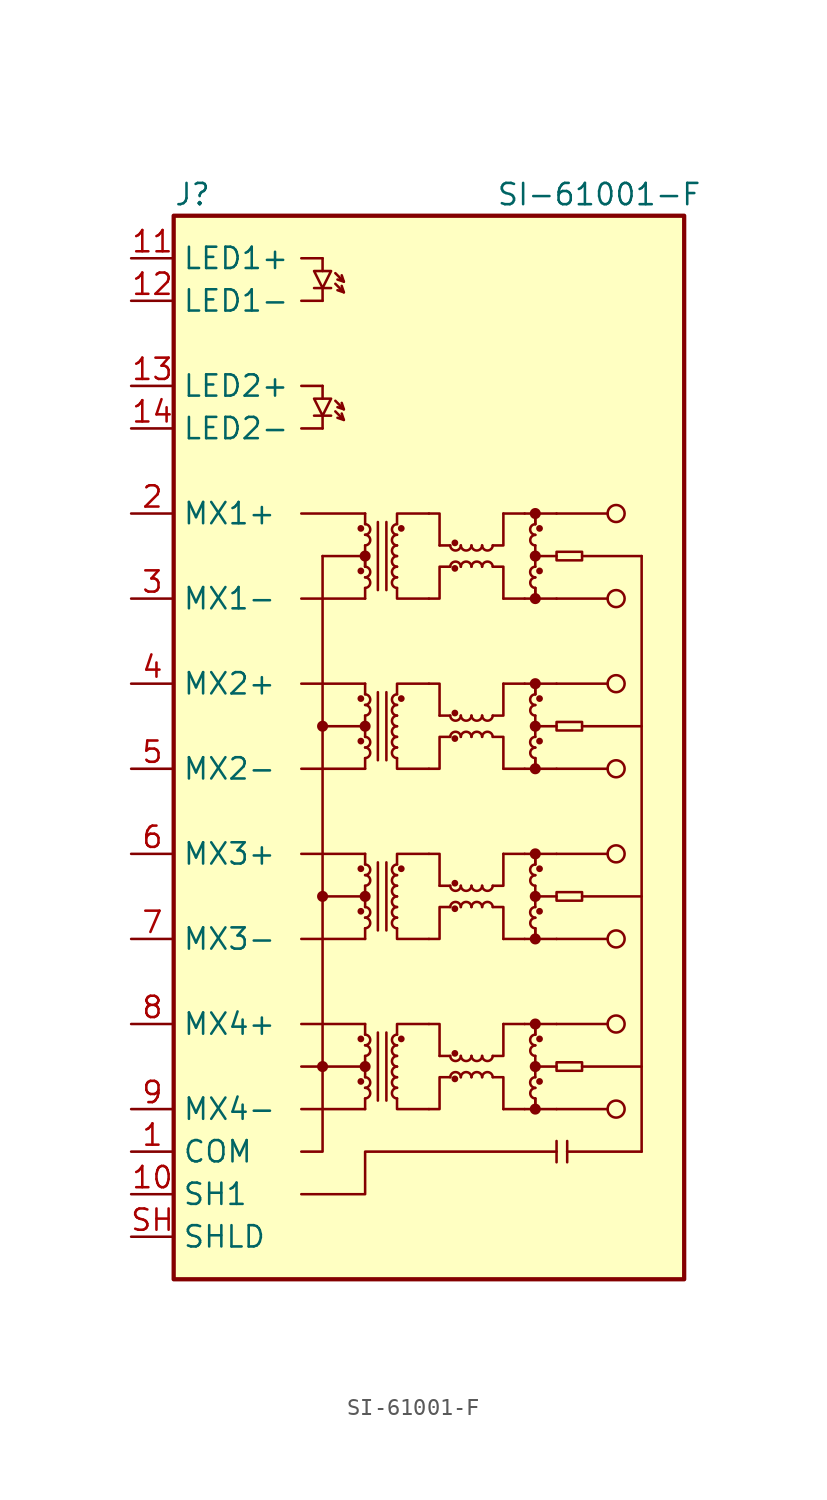
<source format=kicad_sym>
(kicad_symbol_lib
  (version 20211014)
  (generator kicad_symbol_editor)
  (symbol "SI-61001-F"
    (property "Reference" "J"
      (at -15.24 29.21 0)
      (effects (font (size 1.27 1.27)) (justify left)))
    (property "Value" "SI-61001-F"
      (at 10.16 29.21 0)
      (effects (font (size 1.27 1.27))))
    (symbol "SI-61001-F_0_1"
      (rectangle (start -15.24 27.94) (end 15.24 -35.56) (stroke (width 0.254) (type default) (color 0 0 0 0)) (fill (type background)))
      (circle (center -6.35 -22.86) (radius 0.254) (stroke (width 0) (type default) (color 0 0 0 0)) (fill (type outline)))
      (circle (center -6.35 -12.7) (radius 0.254) (stroke (width 0) (type default) (color 0 0 0 0)) (fill (type outline)))
      (circle (center -6.35 -2.54) (radius 0.254) (stroke (width 0) (type default) (color 0 0 0 0)) (fill (type outline)))
      (circle (center -4.064 -23.749) (radius 0.127) (stroke (width 0) (type default) (color 0 0 0 0)) (fill (type outline)))
      (circle (center -4.064 -21.209) (radius 0.127) (stroke (width 0) (type default) (color 0 0 0 0)) (fill (type outline)))
      (circle (center -4.064 -13.589) (radius 0.127) (stroke (width 0) (type default) (color 0 0 0 0)) (fill (type outline)))
      (circle (center -4.064 -11.049) (radius 0.127) (stroke (width 0) (type default) (color 0 0 0 0)) (fill (type outline)))
      (circle (center -4.064 -3.429) (radius 0.127) (stroke (width 0) (type default) (color 0 0 0 0)) (fill (type outline)))
      (circle (center -4.064 -0.889) (radius 0.127) (stroke (width 0) (type default) (color 0 0 0 0)) (fill (type outline)))
      (circle (center -4.064 6.731) (radius 0.127) (stroke (width 0) (type default) (color 0 0 0 0)) (fill (type outline)))
      (circle (center -4.064 9.271) (radius 0.127) (stroke (width 0) (type default) (color 0 0 0 0)) (fill (type outline)))
      (arc (start -3.81 -24.765) (mid -3.5049 -24.4475) (end -3.81 -24.13) (stroke (width 0) (type default) (color 0 0 0 0)) (fill (type none)))
      (arc (start -3.81 -24.13) (mid -3.5049 -23.8125) (end -3.81 -23.495) (stroke (width 0) (type default) (color 0 0 0 0)) (fill (type none)))
      (circle (center -3.81 -22.86) (radius 0.254) (stroke (width 0) (type default) (color 0 0 0 0)) (fill (type outline)))
      (arc (start -3.81 -22.225) (mid -3.5049 -21.9075) (end -3.81 -21.59) (stroke (width 0) (type default) (color 0 0 0 0)) (fill (type none)))
      (arc (start -3.81 -21.59) (mid -3.5049 -21.2725) (end -3.81 -20.955) (stroke (width 0) (type default) (color 0 0 0 0)) (fill (type none)))
      (arc (start -3.81 -14.605) (mid -3.5049 -14.2875) (end -3.81 -13.97) (stroke (width 0) (type default) (color 0 0 0 0)) (fill (type none)))
      (arc (start -3.81 -13.97) (mid -3.5049 -13.6525) (end -3.81 -13.335) (stroke (width 0) (type default) (color 0 0 0 0)) (fill (type none)))
      (circle (center -3.81 -12.7) (radius 0.254) (stroke (width 0) (type default) (color 0 0 0 0)) (fill (type outline)))
      (arc (start -3.81 -12.065) (mid -3.5049 -11.7475) (end -3.81 -11.43) (stroke (width 0) (type default) (color 0 0 0 0)) (fill (type none)))
      (arc (start -3.81 -11.43) (mid -3.5049 -11.1125) (end -3.81 -10.795) (stroke (width 0) (type default) (color 0 0 0 0)) (fill (type none)))
      (arc (start -3.81 -4.445) (mid -3.5049 -4.1275) (end -3.81 -3.81) (stroke (width 0) (type default) (color 0 0 0 0)) (fill (type none)))
      (arc (start -3.81 -3.81) (mid -3.5049 -3.4925) (end -3.81 -3.175) (stroke (width 0) (type default) (color 0 0 0 0)) (fill (type none)))
      (circle (center -3.81 -2.54) (radius 0.254) (stroke (width 0) (type default) (color 0 0 0 0)) (fill (type outline)))
      (arc (start -3.81 -1.905) (mid -3.5049 -1.5875) (end -3.81 -1.27) (stroke (width 0) (type default) (color 0 0 0 0)) (fill (type none)))
      (arc (start -3.81 -1.27) (mid -3.5049 -0.9525) (end -3.81 -0.635) (stroke (width 0) (type default) (color 0 0 0 0)) (fill (type none)))
      (arc (start -3.81 5.715) (mid -3.5049 6.0325) (end -3.81 6.35) (stroke (width 0) (type default) (color 0 0 0 0)) (fill (type none)))
      (arc (start -3.81 6.35) (mid -3.5049 6.6675) (end -3.81 6.985) (stroke (width 0) (type default) (color 0 0 0 0)) (fill (type none)))
      (circle (center -3.81 7.62) (radius 0.254) (stroke (width 0) (type default) (color 0 0 0 0)) (fill (type outline)))
      (arc (start -3.81 8.255) (mid -3.5049 8.5725) (end -3.81 8.89) (stroke (width 0) (type default) (color 0 0 0 0)) (fill (type none)))
      (arc (start -3.81 8.89) (mid -3.5049 9.2075) (end -3.81 9.525) (stroke (width 0) (type default) (color 0 0 0 0)) (fill (type none)))
      (arc (start -1.905 -24.13) (mid -2.2101 -24.4475) (end -1.905 -24.765) (stroke (width 0) (type default) (color 0 0 0 0)) (fill (type none)))
      (arc (start -1.905 -23.495) (mid -2.2101 -23.8125) (end -1.905 -24.13) (stroke (width 0) (type default) (color 0 0 0 0)) (fill (type none)))
      (arc (start -1.905 -22.86) (mid -2.2101 -23.1775) (end -1.905 -23.495) (stroke (width 0) (type default) (color 0 0 0 0)) (fill (type none)))
      (arc (start -1.905 -22.225) (mid -2.2101 -22.5425) (end -1.905 -22.86) (stroke (width 0) (type default) (color 0 0 0 0)) (fill (type none)))
      (arc (start -1.905 -21.59) (mid -2.2101 -21.9075) (end -1.905 -22.225) (stroke (width 0) (type default) (color 0 0 0 0)) (fill (type none)))
      (arc (start -1.905 -20.955) (mid -2.2101 -21.2725) (end -1.905 -21.59) (stroke (width 0) (type default) (color 0 0 0 0)) (fill (type none)))
      (arc (start -1.905 -13.97) (mid -2.2101 -14.2875) (end -1.905 -14.605) (stroke (width 0) (type default) (color 0 0 0 0)) (fill (type none)))
      (arc (start -1.905 -13.335) (mid -2.2101 -13.6525) (end -1.905 -13.97) (stroke (width 0) (type default) (color 0 0 0 0)) (fill (type none)))
      (arc (start -1.905 -12.7) (mid -2.2101 -13.0175) (end -1.905 -13.335) (stroke (width 0) (type default) (color 0 0 0 0)) (fill (type none)))
      (arc (start -1.905 -12.065) (mid -2.2101 -12.3825) (end -1.905 -12.7) (stroke (width 0) (type default) (color 0 0 0 0)) (fill (type none)))
      (arc (start -1.905 -11.43) (mid -2.2101 -11.7475) (end -1.905 -12.065) (stroke (width 0) (type default) (color 0 0 0 0)) (fill (type none)))
      (arc (start -1.905 -10.795) (mid -2.2101 -11.1125) (end -1.905 -11.43) (stroke (width 0) (type default) (color 0 0 0 0)) (fill (type none)))
      (arc (start -1.905 -3.81) (mid -2.2101 -4.1275) (end -1.905 -4.445) (stroke (width 0) (type default) (color 0 0 0 0)) (fill (type none)))
      (arc (start -1.905 -3.175) (mid -2.2101 -3.4925) (end -1.905 -3.81) (stroke (width 0) (type default) (color 0 0 0 0)) (fill (type none)))
      (arc (start -1.905 -2.54) (mid -2.2101 -2.8575) (end -1.905 -3.175) (stroke (width 0) (type default) (color 0 0 0 0)) (fill (type none)))
      (arc (start -1.905 -1.905) (mid -2.2101 -2.2225) (end -1.905 -2.54) (stroke (width 0) (type default) (color 0 0 0 0)) (fill (type none)))
      (arc (start -1.905 -1.27) (mid -2.2101 -1.5875) (end -1.905 -1.905) (stroke (width 0) (type default) (color 0 0 0 0)) (fill (type none)))
      (arc (start -1.905 -0.635) (mid -2.2101 -0.9525) (end -1.905 -1.27) (stroke (width 0) (type default) (color 0 0 0 0)) (fill (type none)))
      (arc (start -1.905 6.35) (mid -2.2101 6.0325) (end -1.905 5.715) (stroke (width 0) (type default) (color 0 0 0 0)) (fill (type none)))
      (arc (start -1.905 6.985) (mid -2.2101 6.6675) (end -1.905 6.35) (stroke (width 0) (type default) (color 0 0 0 0)) (fill (type none)))
      (arc (start -1.905 7.62) (mid -2.2101 7.3025) (end -1.905 6.985) (stroke (width 0) (type default) (color 0 0 0 0)) (fill (type none)))
      (arc (start -1.905 8.255) (mid -2.2101 7.9375) (end -1.905 7.62) (stroke (width 0) (type default) (color 0 0 0 0)) (fill (type none)))
      (arc (start -1.905 8.89) (mid -2.2101 8.5725) (end -1.905 8.255) (stroke (width 0) (type default) (color 0 0 0 0)) (fill (type none)))
      (arc (start -1.905 9.525) (mid -2.2101 9.2075) (end -1.905 8.89) (stroke (width 0) (type default) (color 0 0 0 0)) (fill (type none)))
      (circle (center -1.651 -21.209) (radius 0.127) (stroke (width 0) (type default) (color 0 0 0 0)) (fill (type outline)))
      (circle (center -1.651 -11.049) (radius 0.127) (stroke (width 0) (type default) (color 0 0 0 0)) (fill (type outline)))
      (circle (center -1.651 -0.889) (radius 0.127) (stroke (width 0) (type default) (color 0 0 0 0)) (fill (type outline)))
      (circle (center -1.651 9.271) (radius 0.127) (stroke (width 0) (type default) (color 0 0 0 0)) (fill (type outline)))
      (polyline (pts (xy -7.62 -25.4) (xy -3.81 -25.4)) (stroke (width 0) (type default) (color 0 0 0 0)) (fill (type none)))
      (polyline (pts (xy -7.62 -22.86) (xy -6.35 -22.86)) (stroke (width 0) (type default) (color 0 0 0 0)) (fill (type none)))
      (polyline (pts (xy -7.62 -20.32) (xy -3.81 -20.32)) (stroke (width 0) (type default) (color 0 0 0 0)) (fill (type none)))
      (polyline (pts (xy -7.62 -15.24) (xy -3.81 -15.24)) (stroke (width 0) (type default) (color 0 0 0 0)) (fill (type none)))
      (polyline (pts (xy -7.62 -10.16) (xy -3.81 -10.16)) (stroke (width 0) (type default) (color 0 0 0 0)) (fill (type none)))
      (polyline (pts (xy -7.62 -5.08) (xy -3.81 -5.08)) (stroke (width 0) (type default) (color 0 0 0 0)) (fill (type none)))
      (polyline (pts (xy -7.62 0) (xy -3.81 0)) (stroke (width 0) (type default) (color 0 0 0 0)) (fill (type none)))
      (polyline (pts (xy -7.62 5.08) (xy -3.81 5.08)) (stroke (width 0) (type default) (color 0 0 0 0)) (fill (type none)))
      (polyline (pts (xy -7.62 10.16) (xy -3.81 10.16)) (stroke (width 0) (type default) (color 0 0 0 0)) (fill (type none)))
      (polyline (pts (xy -6.35 -22.86) (xy -3.81 -22.86)) (stroke (width 0) (type default) (color 0 0 0 0)) (fill (type none)))
      (polyline (pts (xy -6.35 -12.7) (xy -3.81 -12.7)) (stroke (width 0) (type default) (color 0 0 0 0)) (fill (type none)))
      (polyline (pts (xy -6.35 -2.54) (xy -3.81 -2.54)) (stroke (width 0) (type default) (color 0 0 0 0)) (fill (type none)))
      (polyline (pts (xy -6.35 7.62) (xy -6.35 -22.86)) (stroke (width 0) (type default) (color 0 0 0 0)) (fill (type none)))
      (polyline (pts (xy -6.35 7.62) (xy -3.81 7.62)) (stroke (width 0) (type default) (color 0 0 0 0)) (fill (type none)))
      (polyline (pts (xy -3.81 -25.4) (xy -3.81 -24.765)) (stroke (width 0) (type default) (color 0 0 0 0)) (fill (type none)))
      (polyline (pts (xy -3.81 -22.86) (xy -3.81 -23.495)) (stroke (width 0) (type default) (color 0 0 0 0)) (fill (type none)))
      (polyline (pts (xy -3.81 -22.86) (xy -3.81 -22.225)) (stroke (width 0) (type default) (color 0 0 0 0)) (fill (type none)))
      (polyline (pts (xy -3.81 -20.32) (xy -3.81 -20.955)) (stroke (width 0) (type default) (color 0 0 0 0)) (fill (type none)))
      (polyline (pts (xy -3.81 -15.24) (xy -3.81 -14.605)) (stroke (width 0) (type default) (color 0 0 0 0)) (fill (type none)))
      (polyline (pts (xy -3.81 -12.7) (xy -3.81 -13.335)) (stroke (width 0) (type default) (color 0 0 0 0)) (fill (type none)))
      (polyline (pts (xy -3.81 -12.7) (xy -3.81 -12.065)) (stroke (width 0) (type default) (color 0 0 0 0)) (fill (type none)))
      (polyline (pts (xy -3.81 -10.16) (xy -3.81 -10.795)) (stroke (width 0) (type default) (color 0 0 0 0)) (fill (type none)))
      (polyline (pts (xy -3.81 -5.08) (xy -3.81 -4.445)) (stroke (width 0) (type default) (color 0 0 0 0)) (fill (type none)))
      (polyline (pts (xy -3.81 -2.54) (xy -3.81 -3.175)) (stroke (width 0) (type default) (color 0 0 0 0)) (fill (type none)))
      (polyline (pts (xy -3.81 -2.54) (xy -3.81 -1.905)) (stroke (width 0) (type default) (color 0 0 0 0)) (fill (type none)))
      (polyline (pts (xy -3.81 0) (xy -3.81 -0.635)) (stroke (width 0) (type default) (color 0 0 0 0)) (fill (type none)))
      (polyline (pts (xy -3.81 5.08) (xy -3.81 5.715)) (stroke (width 0) (type default) (color 0 0 0 0)) (fill (type none)))
      (polyline (pts (xy -3.81 7.62) (xy -3.81 6.985)) (stroke (width 0) (type default) (color 0 0 0 0)) (fill (type none)))
      (polyline (pts (xy -3.81 7.62) (xy -3.81 6.985)) (stroke (width 0) (type default) (color 0 0 0 0)) (fill (type none)))
      (polyline (pts (xy -3.81 7.62) (xy -3.81 8.255)) (stroke (width 0) (type default) (color 0 0 0 0)) (fill (type none)))
      (polyline (pts (xy -3.81 10.16) (xy -3.81 9.525)) (stroke (width 0) (type default) (color 0 0 0 0)) (fill (type none)))
      (polyline (pts (xy -3.048 -24.892) (xy -3.048 -20.828)) (stroke (width 0) (type default) (color 0 0 0 0)) (fill (type none)))
      (polyline (pts (xy -3.048 -14.732) (xy -3.048 -10.668)) (stroke (width 0) (type default) (color 0 0 0 0)) (fill (type none)))
      (polyline (pts (xy -3.048 -4.572) (xy -3.048 -0.508)) (stroke (width 0) (type default) (color 0 0 0 0)) (fill (type none)))
      (polyline (pts (xy -3.048 5.588) (xy -3.048 9.652)) (stroke (width 0) (type default) (color 0 0 0 0)) (fill (type none)))
      (polyline (pts (xy -2.54 -24.892) (xy -2.54 -20.828)) (stroke (width 0) (type default) (color 0 0 0 0)) (fill (type none)))
      (polyline (pts (xy -2.54 -14.732) (xy -2.54 -10.668)) (stroke (width 0) (type default) (color 0 0 0 0)) (fill (type none)))
      (polyline (pts (xy -2.54 -4.572) (xy -2.54 -0.508)) (stroke (width 0) (type default) (color 0 0 0 0)) (fill (type none)))
      (polyline (pts (xy -2.54 5.588) (xy -2.54 9.652)) (stroke (width 0) (type default) (color 0 0 0 0)) (fill (type none)))
      (polyline (pts (xy 0.635 -22.225) (xy 1.27 -22.225)) (stroke (width 0) (type default) (color 0 0 0 0)) (fill (type none)))
      (polyline (pts (xy 0.635 -12.065) (xy 1.27 -12.065)) (stroke (width 0) (type default) (color 0 0 0 0)) (fill (type none)))
      (polyline (pts (xy 0.635 -1.905) (xy 1.27 -1.905)) (stroke (width 0) (type default) (color 0 0 0 0)) (fill (type none)))
      (polyline (pts (xy 0.635 8.255) (xy 1.27 8.255)) (stroke (width 0) (type default) (color 0 0 0 0)) (fill (type none)))
      (polyline (pts (xy 4.445 -25.4) (xy 5.715 -25.4)) (stroke (width 0) (type default) (color 0 0 0 0)) (fill (type none)))
      (polyline (pts (xy 4.445 -20.32) (xy 5.715 -20.32)) (stroke (width 0) (type default) (color 0 0 0 0)) (fill (type none)))
      (polyline (pts (xy 4.445 -15.24) (xy 5.715 -15.24)) (stroke (width 0) (type default) (color 0 0 0 0)) (fill (type none)))
      (polyline (pts (xy 4.445 -10.16) (xy 5.715 -10.16)) (stroke (width 0) (type default) (color 0 0 0 0)) (fill (type none)))
      (polyline (pts (xy 4.445 -5.08) (xy 5.715 -5.08)) (stroke (width 0) (type default) (color 0 0 0 0)) (fill (type none)))
      (polyline (pts (xy 4.445 0) (xy 5.715 0)) (stroke (width 0) (type default) (color 0 0 0 0)) (fill (type none)))
      (polyline (pts (xy 4.445 5.08) (xy 5.715 5.08)) (stroke (width 0) (type default) (color 0 0 0 0)) (fill (type none)))
      (polyline (pts (xy 4.445 10.16) (xy 5.715 10.16)) (stroke (width 0) (type default) (color 0 0 0 0)) (fill (type none)))
      (polyline (pts (xy 6.35 -25.4) (xy 6.35 -24.765)) (stroke (width 0) (type default) (color 0 0 0 0)) (fill (type none)))
      (polyline (pts (xy 6.35 -22.86) (xy 6.35 -23.495)) (stroke (width 0) (type default) (color 0 0 0 0)) (fill (type none)))
      (polyline (pts (xy 6.35 -22.86) (xy 6.35 -22.225)) (stroke (width 0) (type default) (color 0 0 0 0)) (fill (type none)))
      (polyline (pts (xy 6.35 -20.32) (xy 6.35 -20.955)) (stroke (width 0) (type default) (color 0 0 0 0)) (fill (type none)))
      (polyline (pts (xy 6.35 -15.24) (xy 6.35 -14.605)) (stroke (width 0) (type default) (color 0 0 0 0)) (fill (type none)))
      (polyline (pts (xy 6.35 -12.7) (xy 6.35 -13.335)) (stroke (width 0) (type default) (color 0 0 0 0)) (fill (type none)))
      (polyline (pts (xy 6.35 -12.7) (xy 6.35 -12.065)) (stroke (width 0) (type default) (color 0 0 0 0)) (fill (type none)))
      (polyline (pts (xy 6.35 -10.16) (xy 6.35 -10.795)) (stroke (width 0) (type default) (color 0 0 0 0)) (fill (type none)))
      (polyline (pts (xy 6.35 -5.08) (xy 6.35 -4.445)) (stroke (width 0) (type default) (color 0 0 0 0)) (fill (type none)))
      (polyline (pts (xy 6.35 -2.54) (xy 6.35 -3.175)) (stroke (width 0) (type default) (color 0 0 0 0)) (fill (type none)))
      (polyline (pts (xy 6.35 -2.54) (xy 6.35 -1.905)) (stroke (width 0) (type default) (color 0 0 0 0)) (fill (type none)))
      (polyline (pts (xy 6.35 0) (xy 6.35 -0.635)) (stroke (width 0) (type default) (color 0 0 0 0)) (fill (type none)))
      (polyline (pts (xy 6.35 5.08) (xy 6.35 5.715)) (stroke (width 0) (type default) (color 0 0 0 0)) (fill (type none)))
      (polyline (pts (xy 6.35 7.62) (xy 6.35 6.985)) (stroke (width 0) (type default) (color 0 0 0 0)) (fill (type none)))
      (polyline (pts (xy 6.35 7.62) (xy 6.35 8.255)) (stroke (width 0) (type default) (color 0 0 0 0)) (fill (type none)))
      (polyline (pts (xy 6.35 10.16) (xy 6.35 9.525)) (stroke (width 0) (type default) (color 0 0 0 0)) (fill (type none)))
      (polyline (pts (xy 7.62 -28.575) (xy 7.62 -27.305)) (stroke (width 0) (type default) (color 0 0 0 0)) (fill (type none)))
      (polyline (pts (xy 7.62 -25.4) (xy 6.35 -25.4)) (stroke (width 0) (type default) (color 0 0 0 0)) (fill (type none)))
      (polyline (pts (xy 7.62 -25.4) (xy 10.668 -25.4)) (stroke (width 0) (type default) (color 0 0 0 0)) (fill (type none)))
      (polyline (pts (xy 7.62 -22.86) (xy 6.35 -22.86)) (stroke (width 0) (type default) (color 0 0 0 0)) (fill (type none)))
      (polyline (pts (xy 7.62 -20.32) (xy 6.35 -20.32)) (stroke (width 0) (type default) (color 0 0 0 0)) (fill (type none)))
      (polyline (pts (xy 7.62 -20.32) (xy 10.668 -20.32)) (stroke (width 0) (type default) (color 0 0 0 0)) (fill (type none)))
      (polyline (pts (xy 7.62 -15.24) (xy 6.35 -15.24)) (stroke (width 0) (type default) (color 0 0 0 0)) (fill (type none)))
      (polyline (pts (xy 7.62 -15.24) (xy 10.668 -15.24)) (stroke (width 0) (type default) (color 0 0 0 0)) (fill (type none)))
      (polyline (pts (xy 7.62 -12.7) (xy 6.35 -12.7)) (stroke (width 0) (type default) (color 0 0 0 0)) (fill (type none)))
      (polyline (pts (xy 7.62 -10.16) (xy 6.35 -10.16)) (stroke (width 0) (type default) (color 0 0 0 0)) (fill (type none)))
      (polyline (pts (xy 7.62 -10.16) (xy 10.668 -10.16)) (stroke (width 0) (type default) (color 0 0 0 0)) (fill (type none)))
      (polyline (pts (xy 7.62 -5.08) (xy 6.35 -5.08)) (stroke (width 0) (type default) (color 0 0 0 0)) (fill (type none)))
      (polyline (pts (xy 7.62 -5.08) (xy 10.668 -5.08)) (stroke (width 0) (type default) (color 0 0 0 0)) (fill (type none)))
      (polyline (pts (xy 7.62 -2.54) (xy 6.35 -2.54)) (stroke (width 0) (type default) (color 0 0 0 0)) (fill (type none)))
      (polyline (pts (xy 7.62 0) (xy 6.35 0)) (stroke (width 0) (type default) (color 0 0 0 0)) (fill (type none)))
      (polyline (pts (xy 7.62 0) (xy 10.668 0)) (stroke (width 0) (type default) (color 0 0 0 0)) (fill (type none)))
      (polyline (pts (xy 7.62 5.08) (xy 6.35 5.08)) (stroke (width 0) (type default) (color 0 0 0 0)) (fill (type none)))
      (polyline (pts (xy 7.62 5.08) (xy 10.668 5.08)) (stroke (width 0) (type default) (color 0 0 0 0)) (fill (type none)))
      (polyline (pts (xy 7.62 7.62) (xy 6.35 7.62)) (stroke (width 0) (type default) (color 0 0 0 0)) (fill (type none)))
      (polyline (pts (xy 7.62 10.16) (xy 6.35 10.16)) (stroke (width 0) (type default) (color 0 0 0 0)) (fill (type none)))
      (polyline (pts (xy 7.62 10.16) (xy 10.668 10.16)) (stroke (width 0) (type default) (color 0 0 0 0)) (fill (type none)))
      (polyline (pts (xy 8.255 -27.94) (xy 8.255 -28.575)) (stroke (width 0) (type default) (color 0 0 0 0)) (fill (type none)))
      (polyline (pts (xy 8.255 -27.94) (xy 8.255 -27.305)) (stroke (width 0) (type default) (color 0 0 0 0)) (fill (type none)))
      (polyline (pts (xy 8.255 -27.94) (xy 12.7 -27.94)) (stroke (width 0) (type default) (color 0 0 0 0)) (fill (type none)))
      (polyline (pts (xy 9.144 -22.86) (xy 12.7 -22.86)) (stroke (width 0) (type default) (color 0 0 0 0)) (fill (type none)))
      (polyline (pts (xy 9.144 -12.7) (xy 12.7 -12.7)) (stroke (width 0) (type default) (color 0 0 0 0)) (fill (type none)))
      (polyline (pts (xy 9.144 -2.54) (xy 12.7 -2.54)) (stroke (width 0) (type default) (color 0 0 0 0)) (fill (type none)))
      (polyline (pts (xy 12.7 -27.94) (xy 12.7 7.62)) (stroke (width 0) (type default) (color 0 0 0 0)) (fill (type none)))
      (polyline (pts (xy 12.7 7.62) (xy 9.144 7.62)) (stroke (width 0) (type default) (color 0 0 0 0)) (fill (type none)))
      (polyline (pts (xy -6.35 -22.86) (xy -6.35 -27.94) (xy -7.62 -27.94)) (stroke (width 0) (type default) (color 0 0 0 0)) (fill (type none)))
      (polyline (pts (xy -1.905 -24.765) (xy -1.905 -25.4) (xy 0 -25.4)) (stroke (width 0) (type default) (color 0 0 0 0)) (fill (type none)))
      (polyline (pts (xy -1.905 -20.955) (xy -1.905 -20.32) (xy 0 -20.32)) (stroke (width 0) (type default) (color 0 0 0 0)) (fill (type none)))
      (polyline (pts (xy -1.905 -14.605) (xy -1.905 -15.24) (xy 0 -15.24)) (stroke (width 0) (type default) (color 0 0 0 0)) (fill (type none)))
      (polyline (pts (xy -1.905 -10.795) (xy -1.905 -10.16) (xy 0 -10.16)) (stroke (width 0) (type default) (color 0 0 0 0)) (fill (type none)))
      (polyline (pts (xy -1.905 -4.445) (xy -1.905 -5.08) (xy 0 -5.08)) (stroke (width 0) (type default) (color 0 0 0 0)) (fill (type none)))
      (polyline (pts (xy -1.905 -0.635) (xy -1.905 0) (xy 0 0)) (stroke (width 0) (type default) (color 0 0 0 0)) (fill (type none)))
      (polyline (pts (xy -1.905 5.715) (xy -1.905 5.08) (xy 0 5.08)) (stroke (width 0) (type default) (color 0 0 0 0)) (fill (type none)))
      (polyline (pts (xy -1.905 9.525) (xy -1.905 10.16) (xy 0 10.16)) (stroke (width 0) (type default) (color 0 0 0 0)) (fill (type none)))
      (polyline (pts (xy 0 -20.32) (xy 0.635 -20.32) (xy 0.635 -22.225)) (stroke (width 0) (type default) (color 0 0 0 0)) (fill (type none)))
      (polyline (pts (xy 0 -10.16) (xy 0.635 -10.16) (xy 0.635 -12.065)) (stroke (width 0) (type default) (color 0 0 0 0)) (fill (type none)))
      (polyline (pts (xy 0 0) (xy 0.635 0) (xy 0.635 -1.905)) (stroke (width 0) (type default) (color 0 0 0 0)) (fill (type none)))
      (polyline (pts (xy 0 10.16) (xy 0.635 10.16) (xy 0.635 8.255)) (stroke (width 0) (type default) (color 0 0 0 0)) (fill (type none)))
      (polyline (pts (xy 3.81 -23.495) (xy 4.445 -23.495) (xy 4.445 -25.4)) (stroke (width 0) (type default) (color 0 0 0 0)) (fill (type none)))
      (polyline (pts (xy 3.81 -22.225) (xy 4.445 -22.225) (xy 4.445 -20.32)) (stroke (width 0) (type default) (color 0 0 0 0)) (fill (type none)))
      (polyline (pts (xy 3.81 -13.335) (xy 4.445 -13.335) (xy 4.445 -15.24)) (stroke (width 0) (type default) (color 0 0 0 0)) (fill (type none)))
      (polyline (pts (xy 3.81 -12.065) (xy 4.445 -12.065) (xy 4.445 -10.16)) (stroke (width 0) (type default) (color 0 0 0 0)) (fill (type none)))
      (polyline (pts (xy 3.81 -3.175) (xy 4.445 -3.175) (xy 4.445 -5.08)) (stroke (width 0) (type default) (color 0 0 0 0)) (fill (type none)))
      (polyline (pts (xy 3.81 -1.905) (xy 4.445 -1.905) (xy 4.445 0)) (stroke (width 0) (type default) (color 0 0 0 0)) (fill (type none)))
      (polyline (pts (xy 3.81 6.985) (xy 4.445 6.985) (xy 4.445 5.08)) (stroke (width 0) (type default) (color 0 0 0 0)) (fill (type none)))
      (polyline (pts (xy 3.81 8.255) (xy 4.445 8.255) (xy 4.445 10.16)) (stroke (width 0) (type default) (color 0 0 0 0)) (fill (type none)))
      (polyline (pts (xy 5.715 -25.4) (xy 6.35 -25.4) (xy 6.35 -24.765)) (stroke (width 0) (type default) (color 0 0 0 0)) (fill (type none)))
      (polyline (pts (xy 5.715 -20.32) (xy 6.35 -20.32) (xy 6.35 -20.955)) (stroke (width 0) (type default) (color 0 0 0 0)) (fill (type none)))
      (polyline (pts (xy 5.715 -15.24) (xy 6.35 -15.24) (xy 6.35 -14.605)) (stroke (width 0) (type default) (color 0 0 0 0)) (fill (type none)))
      (polyline (pts (xy 5.715 -10.16) (xy 6.35 -10.16) (xy 6.35 -10.795)) (stroke (width 0) (type default) (color 0 0 0 0)) (fill (type none)))
      (polyline (pts (xy 5.715 -5.08) (xy 6.35 -5.08) (xy 6.35 -4.445)) (stroke (width 0) (type default) (color 0 0 0 0)) (fill (type none)))
      (polyline (pts (xy 5.715 0) (xy 6.35 0) (xy 6.35 -0.635)) (stroke (width 0) (type default) (color 0 0 0 0)) (fill (type none)))
      (polyline (pts (xy 5.715 5.08) (xy 6.35 5.08) (xy 6.35 5.715)) (stroke (width 0) (type default) (color 0 0 0 0)) (fill (type none)))
      (polyline (pts (xy 5.715 10.16) (xy 6.35 10.16) (xy 6.35 9.525)) (stroke (width 0) (type default) (color 0 0 0 0)) (fill (type none)))
      (polyline (pts (xy -7.62 -30.48) (xy -3.81 -30.48) (xy -3.81 -27.94) (xy 7.62 -27.94)) (stroke (width 0) (type default) (color 0 0 0 0)) (fill (type none)))
      (polyline (pts (xy 0 -25.4) (xy 0.635 -25.4) (xy 0.635 -23.495) (xy 1.27 -23.495)) (stroke (width 0) (type default) (color 0 0 0 0)) (fill (type none)))
      (polyline (pts (xy 0 -15.24) (xy 0.635 -15.24) (xy 0.635 -13.335) (xy 1.27 -13.335)) (stroke (width 0) (type default) (color 0 0 0 0)) (fill (type none)))
      (polyline (pts (xy 0 -5.08) (xy 0.635 -5.08) (xy 0.635 -3.175) (xy 1.27 -3.175)) (stroke (width 0) (type default) (color 0 0 0 0)) (fill (type none)))
      (polyline (pts (xy 0 5.08) (xy 0.635 5.08) (xy 0.635 6.985) (xy 1.27 6.985)) (stroke (width 0) (type default) (color 0 0 0 0)) (fill (type none)))
      (arc (start 1.27 -22.225) (mid 1.5875 -22.5301) (end 1.905 -22.225) (stroke (width 0) (type default) (color 0 0 0 0)) (fill (type none)))
      (arc (start 1.27 -12.065) (mid 1.5875 -12.3701) (end 1.905 -12.065) (stroke (width 0) (type default) (color 0 0 0 0)) (fill (type none)))
      (arc (start 1.27 -1.905) (mid 1.5875 -2.2101) (end 1.905 -1.905) (stroke (width 0) (type default) (color 0 0 0 0)) (fill (type none)))
      (arc (start 1.27 8.255) (mid 1.5875 7.9499) (end 1.905 8.255) (stroke (width 0) (type default) (color 0 0 0 0)) (fill (type none)))
      (circle (center 1.549 -23.597) (radius 0.127) (stroke (width 0) (type default) (color 0 0 0 0)) (fill (type outline)))
      (circle (center 1.549 -22.073) (radius 0.127) (stroke (width 0) (type default) (color 0 0 0 0)) (fill (type outline)))
      (circle (center 1.549 -13.437) (radius 0.127) (stroke (width 0) (type default) (color 0 0 0 0)) (fill (type outline)))
      (circle (center 1.549 -11.913) (radius 0.127) (stroke (width 0) (type default) (color 0 0 0 0)) (fill (type outline)))
      (circle (center 1.549 -3.277) (radius 0.127) (stroke (width 0) (type default) (color 0 0 0 0)) (fill (type outline)))
      (circle (center 1.549 -1.753) (radius 0.127) (stroke (width 0) (type default) (color 0 0 0 0)) (fill (type outline)))
      (circle (center 1.549 6.883) (radius 0.127) (stroke (width 0) (type default) (color 0 0 0 0)) (fill (type outline)))
      (circle (center 1.549 8.407) (radius 0.127) (stroke (width 0) (type default) (color 0 0 0 0)) (fill (type outline)))
      (arc (start 1.905 -23.495) (mid 1.5875 -23.1899) (end 1.27 -23.495) (stroke (width 0) (type default) (color 0 0 0 0)) (fill (type none)))
      (arc (start 1.905 -22.225) (mid 2.2225 -22.5301) (end 2.54 -22.225) (stroke (width 0) (type default) (color 0 0 0 0)) (fill (type none)))
      (arc (start 1.905 -13.335) (mid 1.5875 -13.0299) (end 1.27 -13.335) (stroke (width 0) (type default) (color 0 0 0 0)) (fill (type none)))
      (arc (start 1.905 -12.065) (mid 2.2225 -12.3701) (end 2.54 -12.065) (stroke (width 0) (type default) (color 0 0 0 0)) (fill (type none)))
      (arc (start 1.905 -3.175) (mid 1.5875 -2.8699) (end 1.27 -3.175) (stroke (width 0) (type default) (color 0 0 0 0)) (fill (type none)))
      (arc (start 1.905 -1.905) (mid 2.2225 -2.2101) (end 2.54 -1.905) (stroke (width 0) (type default) (color 0 0 0 0)) (fill (type none)))
      (arc (start 1.905 6.985) (mid 1.5875 7.2901) (end 1.27 6.985) (stroke (width 0) (type default) (color 0 0 0 0)) (fill (type none)))
      (arc (start 1.905 8.255) (mid 2.2225 7.9499) (end 2.54 8.255) (stroke (width 0) (type default) (color 0 0 0 0)) (fill (type none)))
      (arc (start 2.54 -23.495) (mid 2.2225 -23.1899) (end 1.905 -23.495) (stroke (width 0) (type default) (color 0 0 0 0)) (fill (type none)))
      (arc (start 2.54 -22.225) (mid 2.8575 -22.5301) (end 3.175 -22.225) (stroke (width 0) (type default) (color 0 0 0 0)) (fill (type none)))
      (arc (start 2.54 -13.335) (mid 2.2225 -13.0299) (end 1.905 -13.335) (stroke (width 0) (type default) (color 0 0 0 0)) (fill (type none)))
      (arc (start 2.54 -12.065) (mid 2.8575 -12.3701) (end 3.175 -12.065) (stroke (width 0) (type default) (color 0 0 0 0)) (fill (type none)))
      (arc (start 2.54 -3.175) (mid 2.2225 -2.8699) (end 1.905 -3.175) (stroke (width 0) (type default) (color 0 0 0 0)) (fill (type none)))
      (arc (start 2.54 -1.905) (mid 2.8575 -2.2101) (end 3.175 -1.905) (stroke (width 0) (type default) (color 0 0 0 0)) (fill (type none)))
      (arc (start 2.54 6.985) (mid 2.2225 7.2901) (end 1.905 6.985) (stroke (width 0) (type default) (color 0 0 0 0)) (fill (type none)))
      (arc (start 2.54 8.255) (mid 2.8575 7.9499) (end 3.175 8.255) (stroke (width 0) (type default) (color 0 0 0 0)) (fill (type none)))
      (arc (start 3.175 -23.495) (mid 2.8575 -23.1899) (end 2.54 -23.495) (stroke (width 0) (type default) (color 0 0 0 0)) (fill (type none)))
      (arc (start 3.175 -22.225) (mid 3.4925 -22.5301) (end 3.81 -22.225) (stroke (width 0) (type default) (color 0 0 0 0)) (fill (type none)))
      (arc (start 3.175 -13.335) (mid 2.8575 -13.0299) (end 2.54 -13.335) (stroke (width 0) (type default) (color 0 0 0 0)) (fill (type none)))
      (arc (start 3.175 -12.065) (mid 3.4925 -12.3701) (end 3.81 -12.065) (stroke (width 0) (type default) (color 0 0 0 0)) (fill (type none)))
      (arc (start 3.175 -3.175) (mid 2.8575 -2.8699) (end 2.54 -3.175) (stroke (width 0) (type default) (color 0 0 0 0)) (fill (type none)))
      (arc (start 3.175 -1.905) (mid 3.4925 -2.2101) (end 3.81 -1.905) (stroke (width 0) (type default) (color 0 0 0 0)) (fill (type none)))
      (arc (start 3.175 6.985) (mid 2.8575 7.2901) (end 2.54 6.985) (stroke (width 0) (type default) (color 0 0 0 0)) (fill (type none)))
      (arc (start 3.175 8.255) (mid 3.4925 7.9499) (end 3.81 8.255) (stroke (width 0) (type default) (color 0 0 0 0)) (fill (type none)))
      (arc (start 3.81 -23.495) (mid 3.4925 -23.1899) (end 3.175 -23.495) (stroke (width 0) (type default) (color 0 0 0 0)) (fill (type none)))
      (arc (start 3.81 -13.335) (mid 3.4925 -13.0299) (end 3.175 -13.335) (stroke (width 0) (type default) (color 0 0 0 0)) (fill (type none)))
      (arc (start 3.81 -3.175) (mid 3.4925 -2.8699) (end 3.175 -3.175) (stroke (width 0) (type default) (color 0 0 0 0)) (fill (type none)))
      (arc (start 3.81 6.985) (mid 3.4925 7.2901) (end 3.175 6.985) (stroke (width 0) (type default) (color 0 0 0 0)) (fill (type none)))
      (circle (center 6.35 -25.4) (radius 0.254) (stroke (width 0) (type default) (color 0 0 0 0)) (fill (type outline)))
      (arc (start 6.35 -24.13) (mid 6.0197 -24.447) (end 6.35 -24.765) (stroke (width 0) (type default) (color 0 0 0 0)) (fill (type none)))
      (arc (start 6.35 -23.495) (mid 6.0197 -23.812) (end 6.35 -24.13) (stroke (width 0) (type default) (color 0 0 0 0)) (fill (type none)))
      (circle (center 6.35 -22.86) (radius 0.254) (stroke (width 0) (type default) (color 0 0 0 0)) (fill (type outline)))
      (arc (start 6.35 -21.59) (mid 6.0197 -21.907) (end 6.35 -22.225) (stroke (width 0) (type default) (color 0 0 0 0)) (fill (type none)))
      (arc (start 6.35 -20.955) (mid 6.0197 -21.272) (end 6.35 -21.59) (stroke (width 0) (type default) (color 0 0 0 0)) (fill (type none)))
      (circle (center 6.35 -20.32) (radius 0.254) (stroke (width 0) (type default) (color 0 0 0 0)) (fill (type outline)))
      (circle (center 6.35 -15.24) (radius 0.254) (stroke (width 0) (type default) (color 0 0 0 0)) (fill (type outline)))
      (arc (start 6.35 -13.97) (mid 6.0197 -14.287) (end 6.35 -14.605) (stroke (width 0) (type default) (color 0 0 0 0)) (fill (type none)))
      (arc (start 6.35 -13.335) (mid 6.0197 -13.652) (end 6.35 -13.97) (stroke (width 0) (type default) (color 0 0 0 0)) (fill (type none)))
      (circle (center 6.35 -12.7) (radius 0.254) (stroke (width 0) (type default) (color 0 0 0 0)) (fill (type outline)))
      (arc (start 6.35 -11.43) (mid 6.0197 -11.747) (end 6.35 -12.065) (stroke (width 0) (type default) (color 0 0 0 0)) (fill (type none)))
      (arc (start 6.35 -10.795) (mid 6.0197 -11.112) (end 6.35 -11.43) (stroke (width 0) (type default) (color 0 0 0 0)) (fill (type none)))
      (circle (center 6.35 -10.16) (radius 0.254) (stroke (width 0) (type default) (color 0 0 0 0)) (fill (type outline)))
      (circle (center 6.35 -5.08) (radius 0.254) (stroke (width 0) (type default) (color 0 0 0 0)) (fill (type outline)))
      (arc (start 6.35 -3.81) (mid 6.0197 -4.127) (end 6.35 -4.445) (stroke (width 0) (type default) (color 0 0 0 0)) (fill (type none)))
      (arc (start 6.35 -3.175) (mid 6.0197 -3.492) (end 6.35 -3.81) (stroke (width 0) (type default) (color 0 0 0 0)) (fill (type none)))
      (circle (center 6.35 -2.54) (radius 0.254) (stroke (width 0) (type default) (color 0 0 0 0)) (fill (type outline)))
      (arc (start 6.35 -1.27) (mid 6.0197 -1.587) (end 6.35 -1.905) (stroke (width 0) (type default) (color 0 0 0 0)) (fill (type none)))
      (arc (start 6.35 -0.635) (mid 6.0197 -0.952) (end 6.35 -1.27) (stroke (width 0) (type default) (color 0 0 0 0)) (fill (type none)))
      (circle (center 6.35 0) (radius 0.254) (stroke (width 0) (type default) (color 0 0 0 0)) (fill (type outline)))
      (circle (center 6.35 5.08) (radius 0.254) (stroke (width 0) (type default) (color 0 0 0 0)) (fill (type outline)))
      (arc (start 6.35 6.35) (mid 6.0197 6.033) (end 6.35 5.715) (stroke (width 0) (type default) (color 0 0 0 0)) (fill (type none)))
      (arc (start 6.35 6.985) (mid 6.0197 6.668) (end 6.35 6.35) (stroke (width 0) (type default) (color 0 0 0 0)) (fill (type none)))
      (circle (center 6.35 7.62) (radius 0.254) (stroke (width 0) (type default) (color 0 0 0 0)) (fill (type outline)))
      (arc (start 6.35 8.89) (mid 6.0197 8.573) (end 6.35 8.255) (stroke (width 0) (type default) (color 0 0 0 0)) (fill (type none)))
      (arc (start 6.35 9.525) (mid 6.0197 9.208) (end 6.35 8.89) (stroke (width 0) (type default) (color 0 0 0 0)) (fill (type none)))
      (circle (center 6.35 10.16) (radius 0.254) (stroke (width 0) (type default) (color 0 0 0 0)) (fill (type outline)))
      (circle (center 6.604 -23.749) (radius 0.127) (stroke (width 0) (type default) (color 0 0 0 0)) (fill (type outline)))
      (circle (center 6.604 -21.209) (radius 0.127) (stroke (width 0) (type default) (color 0 0 0 0)) (fill (type outline)))
      (circle (center 6.604 -13.589) (radius 0.127) (stroke (width 0) (type default) (color 0 0 0 0)) (fill (type outline)))
      (circle (center 6.604 -11.049) (radius 0.127) (stroke (width 0) (type default) (color 0 0 0 0)) (fill (type outline)))
      (circle (center 6.604 -3.429) (radius 0.127) (stroke (width 0) (type default) (color 0 0 0 0)) (fill (type outline)))
      (circle (center 6.604 -0.889) (radius 0.127) (stroke (width 0) (type default) (color 0 0 0 0)) (fill (type outline)))
      (circle (center 6.604 6.731) (radius 0.127) (stroke (width 0) (type default) (color 0 0 0 0)) (fill (type outline)))
      (circle (center 6.604 9.271) (radius 0.127) (stroke (width 0) (type default) (color 0 0 0 0)) (fill (type outline)))
      (rectangle (start 7.62 -22.606) (end 9.144 -23.114) (stroke (width 0) (type default) (color 0 0 0 0)) (fill (type none)))
      (rectangle (start 7.62 -12.446) (end 9.144 -12.954) (stroke (width 0) (type default) (color 0 0 0 0)) (fill (type none)))
      (rectangle (start 7.62 -2.286) (end 9.144 -2.794) (stroke (width 0) (type default) (color 0 0 0 0)) (fill (type none)))
      (rectangle (start 7.62 7.874) (end 9.144 7.366) (stroke (width 0) (type default) (color 0 0 0 0)) (fill (type none)))
      (circle (center 11.176 -25.4) (radius 0.508) (stroke (width 0) (type default) (color 0 0 0 0)) (fill (type none)))
      (circle (center 11.176 -20.32) (radius 0.508) (stroke (width 0) (type default) (color 0 0 0 0)) (fill (type none)))
      (circle (center 11.176 -15.24) (radius 0.508) (stroke (width 0) (type default) (color 0 0 0 0)) (fill (type none)))
      (circle (center 11.176 -10.16) (radius 0.508) (stroke (width 0) (type default) (color 0 0 0 0)) (fill (type none)))
      (circle (center 11.176 -5.08) (radius 0.508) (stroke (width 0) (type default) (color 0 0 0 0)) (fill (type none)))
      (circle (center 11.176 0) (radius 0.508) (stroke (width 0) (type default) (color 0 0 0 0)) (fill (type none)))
      (circle (center 11.176 5.08) (radius 0.508) (stroke (width 0) (type default) (color 0 0 0 0)) (fill (type none)))
      (circle (center 11.176 10.16) (radius 0.508) (stroke (width 0) (type default) (color 0 0 0 0)) (fill (type none))))
    (symbol "SI-61001-F_1_1"
      (polyline (pts (xy -7.62 15.24) (xy -6.35 15.24)) (stroke (width 0) (type default) (color 0 0 0 0)) (fill (type none)))
      (polyline (pts (xy -7.62 17.78) (xy -6.35 17.78)) (stroke (width 0) (type default) (color 0 0 0 0)) (fill (type none)))
      (polyline (pts (xy -7.62 22.86) (xy -6.35 22.86)) (stroke (width 0) (type default) (color 0 0 0 0)) (fill (type none)))
      (polyline (pts (xy -7.62 25.4) (xy -6.35 25.4)) (stroke (width 0) (type default) (color 0 0 0 0)) (fill (type none)))
      (polyline (pts (xy -6.858 16.002) (xy -5.842 16.002)) (stroke (width 0) (type default) (color 0 0 0 0)) (fill (type none)))
      (polyline (pts (xy -6.858 23.622) (xy -5.842 23.622)) (stroke (width 0) (type default) (color 0 0 0 0)) (fill (type none)))
      (polyline (pts (xy -6.35 15.24) (xy -6.35 16.002)) (stroke (width 0) (type default) (color 0 0 0 0)) (fill (type none)))
      (polyline (pts (xy -6.35 17.78) (xy -6.35 17.018)) (stroke (width 0) (type default) (color 0 0 0 0)) (fill (type none)))
      (polyline (pts (xy -6.35 22.86) (xy -6.35 23.622)) (stroke (width 0) (type default) (color 0 0 0 0)) (fill (type none)))
      (polyline (pts (xy -6.35 25.4) (xy -6.35 24.638)) (stroke (width 0) (type default) (color 0 0 0 0)) (fill (type none)))
      (polyline (pts (xy -5.08 15.748) (xy -5.207 16.129)) (stroke (width 0) (type default) (color 0 0 0 0)) (fill (type none)))
      (polyline (pts (xy -5.08 16.383) (xy -5.207 16.764)) (stroke (width 0) (type default) (color 0 0 0 0)) (fill (type none)))
      (polyline (pts (xy -5.08 23.368) (xy -5.207 23.749)) (stroke (width 0) (type default) (color 0 0 0 0)) (fill (type none)))
      (polyline (pts (xy -5.08 24.003) (xy -5.207 24.384)) (stroke (width 0) (type default) (color 0 0 0 0)) (fill (type none)))
      (polyline (pts (xy -5.588 16.256) (xy -5.08 15.748) (xy -5.461 15.875)) (stroke (width 0) (type default) (color 0 0 0 0)) (fill (type none)))
      (polyline (pts (xy -5.588 16.891) (xy -5.08 16.383) (xy -5.461 16.51)) (stroke (width 0) (type default) (color 0 0 0 0)) (fill (type none)))
      (polyline (pts (xy -5.588 23.876) (xy -5.08 23.368) (xy -5.461 23.495)) (stroke (width 0) (type default) (color 0 0 0 0)) (fill (type none)))
      (polyline (pts (xy -5.588 24.511) (xy -5.08 24.003) (xy -5.461 24.13)) (stroke (width 0) (type default) (color 0 0 0 0)) (fill (type none)))
      (polyline (pts (xy -6.35 16.002) (xy -6.858 17.018) (xy -5.842 17.018) (xy -6.35 16.002)) (stroke (width 0) (type default) (color 0 0 0 0)) (fill (type none)))
      (polyline (pts (xy -6.35 23.622) (xy -6.858 24.638) (xy -5.842 24.638) (xy -6.35 23.622)) (stroke (width 0) (type default) (color 0 0 0 0)) (fill (type none)))
      (pin passive line (at -17.78 -27.94 0) (length 2.54) (name "COM" (effects (font (size 1.27 1.27)))) (number "1" (effects (font (size 1.27 1.27)))))
      (pin passive line (at -17.78 -30.48 0) (length 2.54) (name "SH1" (effects (font (size 1.27 1.27)))) (number "10" (effects (font (size 1.27 1.27)))))
      (pin passive line (at -17.78 25.4 0) (length 2.54) (name "LED1+" (effects (font (size 1.27 1.27)))) (number "11" (effects (font (size 1.27 1.27)))))
      (pin passive line (at -17.78 22.86 0) (length 2.54) (name "LED1-" (effects (font (size 1.27 1.27)))) (number "12" (effects (font (size 1.27 1.27)))))
      (pin passive line (at -17.78 17.78 0) (length 2.54) (name "LED2+" (effects (font (size 1.27 1.27)))) (number "13" (effects (font (size 1.27 1.27)))))
      (pin passive line (at -17.78 15.24 0) (length 2.54) (name "LED2-" (effects (font (size 1.27 1.27)))) (number "14" (effects (font (size 1.27 1.27)))))
      (pin passive line (at -17.78 10.16 0) (length 2.54) (name "MX1+" (effects (font (size 1.27 1.27)))) (number "2" (effects (font (size 1.27 1.27)))))
      (pin passive line (at -17.78 5.08 0) (length 2.54) (name "MX1-" (effects (font (size 1.27 1.27)))) (number "3" (effects (font (size 1.27 1.27)))))
      (pin passive line (at -17.78 0 0) (length 2.54) (name "MX2+" (effects (font (size 1.27 1.27)))) (number "4" (effects (font (size 1.27 1.27)))))
      (pin passive line (at -17.78 -5.08 0) (length 2.54) (name "MX2-" (effects (font (size 1.27 1.27)))) (number "5" (effects (font (size 1.27 1.27)))))
      (pin passive line (at -17.78 -10.16 0) (length 2.54) (name "MX3+" (effects (font (size 1.27 1.27)))) (number "6" (effects (font (size 1.27 1.27)))))
      (pin passive line (at -17.78 -15.24 0) (length 2.54) (name "MX3-" (effects (font (size 1.27 1.27)))) (number "7" (effects (font (size 1.27 1.27)))))
      (pin passive line (at -17.78 -20.32 0) (length 2.54) (name "MX4+" (effects (font (size 1.27 1.27)))) (number "8" (effects (font (size 1.27 1.27)))))
      (pin passive line (at -17.78 -25.4 0) (length 2.54) (name "MX4-" (effects (font (size 1.27 1.27)))) (number "9" (effects (font (size 1.27 1.27)))))
      (pin passive line (at -17.78 -33.02 0) (length 2.54) (name "SHLD" (effects (font (size 1.27 1.27)))) (number "SH" (effects (font (size 1.27 1.27))))))))
</source>
